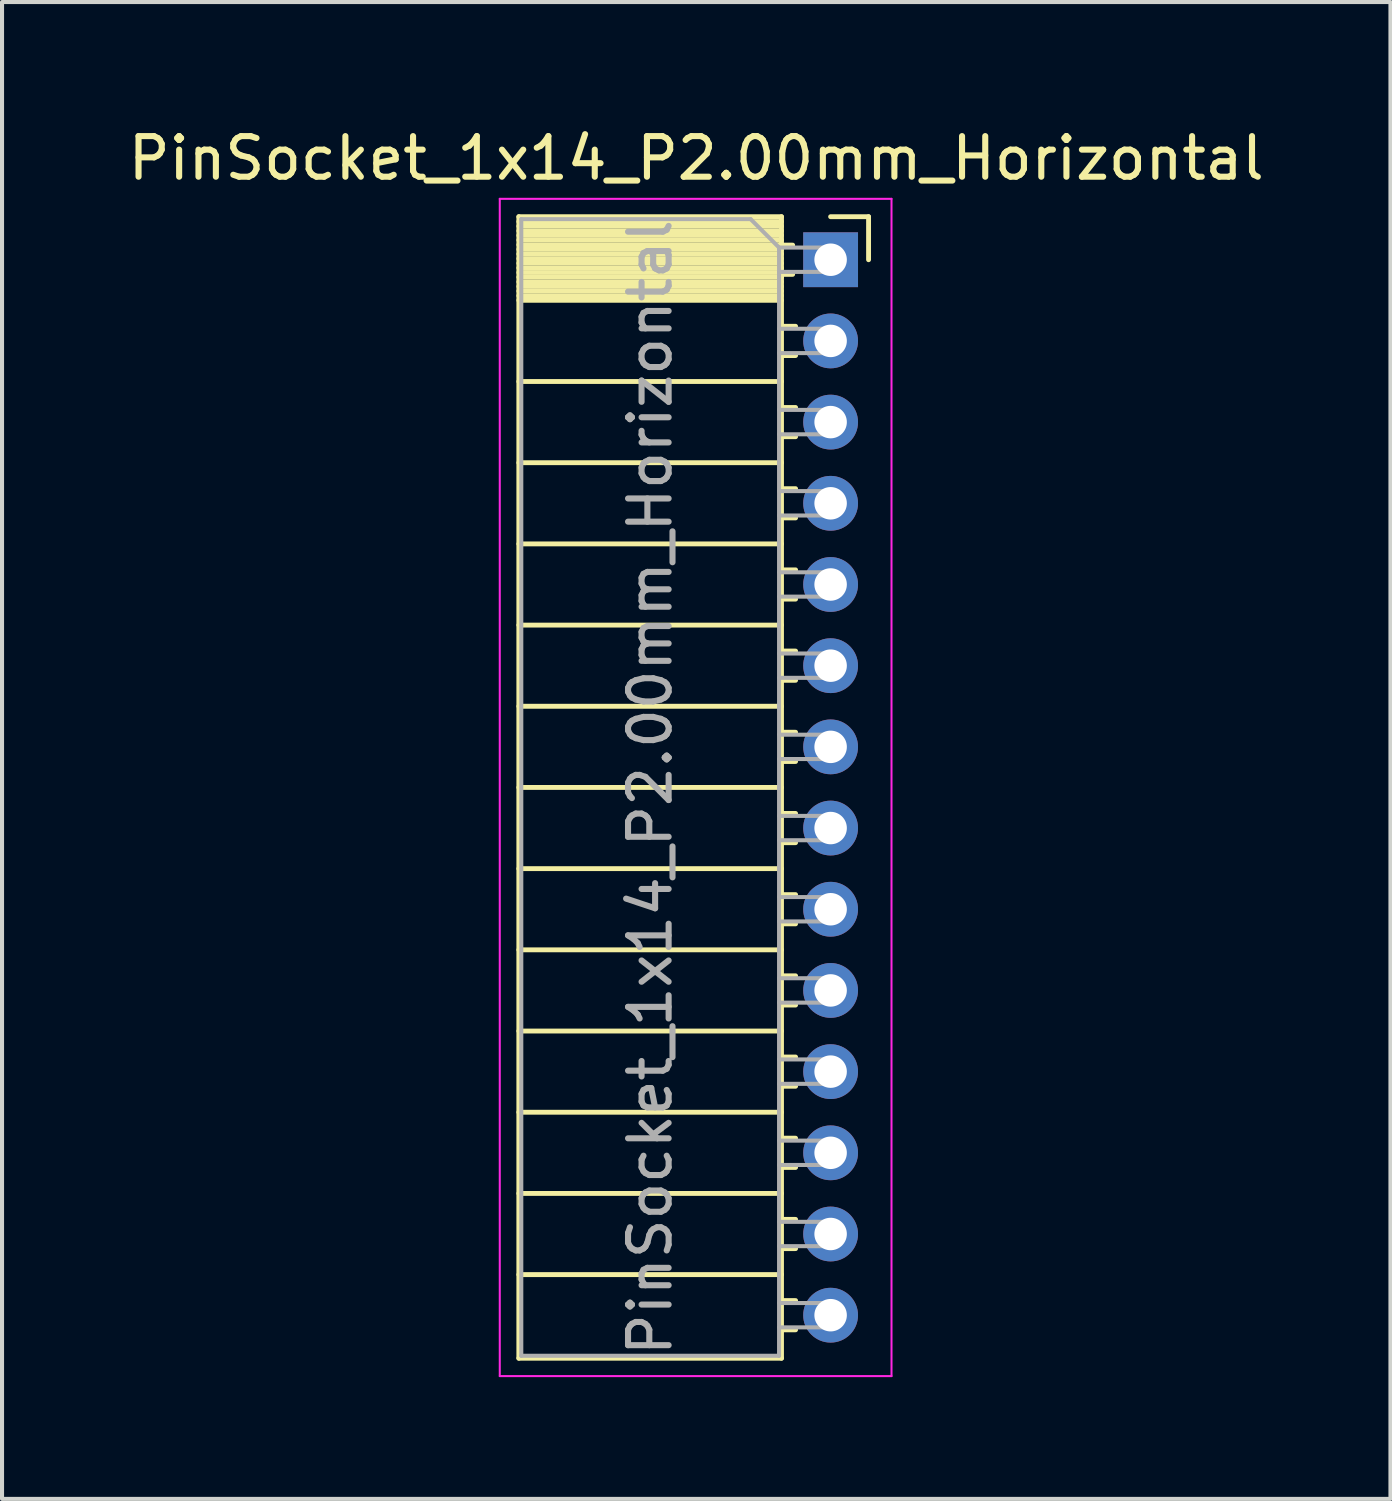
<source format=kicad_pcb>
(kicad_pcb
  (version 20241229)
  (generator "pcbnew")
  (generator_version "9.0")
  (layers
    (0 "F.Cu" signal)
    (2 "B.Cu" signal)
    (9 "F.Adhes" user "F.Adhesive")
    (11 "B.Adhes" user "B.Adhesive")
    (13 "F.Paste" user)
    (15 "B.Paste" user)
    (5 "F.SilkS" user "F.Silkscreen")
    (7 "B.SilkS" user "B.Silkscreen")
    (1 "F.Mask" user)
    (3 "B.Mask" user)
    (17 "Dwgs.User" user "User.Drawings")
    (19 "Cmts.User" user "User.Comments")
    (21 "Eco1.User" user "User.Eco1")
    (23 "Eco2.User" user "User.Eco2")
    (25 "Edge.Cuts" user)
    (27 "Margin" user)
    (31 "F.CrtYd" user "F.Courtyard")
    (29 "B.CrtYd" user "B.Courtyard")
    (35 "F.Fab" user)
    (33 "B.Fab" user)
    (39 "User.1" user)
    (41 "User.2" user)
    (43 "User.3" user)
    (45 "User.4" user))
  (footprint "PinSocket_1x14_P2.00mm_Horizontal"
    (layer "F.Cu")
    (at 17.411 3.348)
    (property "Reference" "PinSocket_1x14_P2.00mm_Horizontal" (at -3.31 -2.5 0) (layer "F.SilkS") (effects (font (size 1 1) (thickness 0.15))))
    (attr through_hole)
    (fp_line (start -7.68 -1.06) (end -7.68 27.06) (stroke (width 0.12) (type solid)) (layer "F.SilkS"))
    (fp_line (start -7.68 -1.06) (end -1.21 -1.06) (stroke (width 0.12) (type solid)) (layer "F.SilkS"))
    (fp_line (start -7.68 -0.94) (end -1.21 -0.94) (stroke (width 0.12) (type solid)) (layer "F.SilkS"))
    (fp_line (start -7.68 -0.826) (end -1.21 -0.826) (stroke (width 0.12) (type solid)) (layer "F.SilkS"))
    (fp_line (start -7.68 -0.712) (end -1.21 -0.712) (stroke (width 0.12) (type solid)) (layer "F.SilkS"))
    (fp_line (start -7.68 -0.598) (end -1.21 -0.598) (stroke (width 0.12) (type solid)) (layer "F.SilkS"))
    (fp_line (start -7.68 -0.484) (end -1.21 -0.484) (stroke (width 0.12) (type solid)) (layer "F.SilkS"))
    (fp_line (start -7.68 -0.369) (end -1.21 -0.369) (stroke (width 0.12) (type solid)) (layer "F.SilkS"))
    (fp_line (start -7.68 -0.255) (end -1.21 -0.255) (stroke (width 0.12) (type solid)) (layer "F.SilkS"))
    (fp_line (start -7.68 -0.141) (end -1.21 -0.141) (stroke (width 0.12) (type solid)) (layer "F.SilkS"))
    (fp_line (start -7.68 -0.027) (end -1.21 -0.027) (stroke (width 0.12) (type solid)) (layer "F.SilkS"))
    (fp_line (start -7.68 0.087) (end -1.21 0.087) (stroke (width 0.12) (type solid)) (layer "F.SilkS"))
    (fp_line (start -7.68 0.201) (end -1.21 0.201) (stroke (width 0.12) (type solid)) (layer "F.SilkS"))
    (fp_line (start -7.68 0.315) (end -1.21 0.315) (stroke (width 0.12) (type solid)) (layer "F.SilkS"))
    (fp_line (start -7.68 0.429) (end -1.21 0.429) (stroke (width 0.12) (type solid)) (layer "F.SilkS"))
    (fp_line (start -7.68 0.544) (end -1.21 0.544) (stroke (width 0.12) (type solid)) (layer "F.SilkS"))
    (fp_line (start -7.68 0.658) (end -1.21 0.658) (stroke (width 0.12) (type solid)) (layer "F.SilkS"))
    (fp_line (start -7.68 0.772) (end -1.21 0.772) (stroke (width 0.12) (type solid)) (layer "F.SilkS"))
    (fp_line (start -7.68 0.886) (end -1.21 0.886) (stroke (width 0.12) (type solid)) (layer "F.SilkS"))
    (fp_line (start -7.68 1) (end -1.21 1) (stroke (width 0.12) (type solid)) (layer "F.SilkS"))
    (fp_line (start -7.68 3) (end -1.21 3) (stroke (width 0.12) (type solid)) (layer "F.SilkS"))
    (fp_line (start -7.68 5) (end -1.21 5) (stroke (width 0.12) (type solid)) (layer "F.SilkS"))
    (fp_line (start -7.68 7) (end -1.21 7) (stroke (width 0.12) (type solid)) (layer "F.SilkS"))
    (fp_line (start -7.68 9) (end -1.21 9) (stroke (width 0.12) (type solid)) (layer "F.SilkS"))
    (fp_line (start -7.68 11) (end -1.21 11) (stroke (width 0.12) (type solid)) (layer "F.SilkS"))
    (fp_line (start -7.68 13) (end -1.21 13) (stroke (width 0.12) (type solid)) (layer "F.SilkS"))
    (fp_line (start -7.68 15) (end -1.21 15) (stroke (width 0.12) (type solid)) (layer "F.SilkS"))
    (fp_line (start -7.68 17) (end -1.21 17) (stroke (width 0.12) (type solid)) (layer "F.SilkS"))
    (fp_line (start -7.68 19) (end -1.21 19) (stroke (width 0.12) (type solid)) (layer "F.SilkS"))
    (fp_line (start -7.68 21) (end -1.21 21) (stroke (width 0.12) (type solid)) (layer "F.SilkS"))
    (fp_line (start -7.68 23) (end -1.21 23) (stroke (width 0.12) (type solid)) (layer "F.SilkS"))
    (fp_line (start -7.68 25) (end -1.21 25) (stroke (width 0.12) (type solid)) (layer "F.SilkS"))
    (fp_line (start -7.68 27.06) (end -1.21 27.06) (stroke (width 0.12) (type solid)) (layer "F.SilkS"))
    (fp_line (start -1.21 -1.06) (end -1.21 27.06) (stroke (width 0.12) (type solid)) (layer "F.SilkS"))
    (fp_line (start -1.21 -0.36) (end -0.935 -0.36) (stroke (width 0.12) (type solid)) (layer "F.SilkS"))
    (fp_line (start -1.21 0.36) (end -0.935 0.36) (stroke (width 0.12) (type solid)) (layer "F.SilkS"))
    (fp_line (start -1.21 1.64) (end -0.863 1.64) (stroke (width 0.12) (type solid)) (layer "F.SilkS"))
    (fp_line (start -1.21 2.36) (end -0.863 2.36) (stroke (width 0.12) (type solid)) (layer "F.SilkS"))
    (fp_line (start -1.21 3.64) (end -0.863 3.64) (stroke (width 0.12) (type solid)) (layer "F.SilkS"))
    (fp_line (start -1.21 4.36) (end -0.863 4.36) (stroke (width 0.12) (type solid)) (layer "F.SilkS"))
    (fp_line (start -1.21 5.64) (end -0.863 5.64) (stroke (width 0.12) (type solid)) (layer "F.SilkS"))
    (fp_line (start -1.21 6.36) (end -0.863 6.36) (stroke (width 0.12) (type solid)) (layer "F.SilkS"))
    (fp_line (start -1.21 7.64) (end -0.863 7.64) (stroke (width 0.12) (type solid)) (layer "F.SilkS"))
    (fp_line (start -1.21 8.36) (end -0.863 8.36) (stroke (width 0.12) (type solid)) (layer "F.SilkS"))
    (fp_line (start -1.21 9.64) (end -0.863 9.64) (stroke (width 0.12) (type solid)) (layer "F.SilkS"))
    (fp_line (start -1.21 10.36) (end -0.863 10.36) (stroke (width 0.12) (type solid)) (layer "F.SilkS"))
    (fp_line (start -1.21 11.64) (end -0.863 11.64) (stroke (width 0.12) (type solid)) (layer "F.SilkS"))
    (fp_line (start -1.21 12.36) (end -0.863 12.36) (stroke (width 0.12) (type solid)) (layer "F.SilkS"))
    (fp_line (start -1.21 13.64) (end -0.863 13.64) (stroke (width 0.12) (type solid)) (layer "F.SilkS"))
    (fp_line (start -1.21 14.36) (end -0.863 14.36) (stroke (width 0.12) (type solid)) (layer "F.SilkS"))
    (fp_line (start -1.21 15.64) (end -0.863 15.64) (stroke (width 0.12) (type solid)) (layer "F.SilkS"))
    (fp_line (start -1.21 16.36) (end -0.863 16.36) (stroke (width 0.12) (type solid)) (layer "F.SilkS"))
    (fp_line (start -1.21 17.64) (end -0.863 17.64) (stroke (width 0.12) (type solid)) (layer "F.SilkS"))
    (fp_line (start -1.21 18.36) (end -0.863 18.36) (stroke (width 0.12) (type solid)) (layer "F.SilkS"))
    (fp_line (start -1.21 19.64) (end -0.863 19.64) (stroke (width 0.12) (type solid)) (layer "F.SilkS"))
    (fp_line (start -1.21 20.36) (end -0.863 20.36) (stroke (width 0.12) (type solid)) (layer "F.SilkS"))
    (fp_line (start -1.21 21.64) (end -0.863 21.64) (stroke (width 0.12) (type solid)) (layer "F.SilkS"))
    (fp_line (start -1.21 22.36) (end -0.863 22.36) (stroke (width 0.12) (type solid)) (layer "F.SilkS"))
    (fp_line (start -1.21 23.64) (end -0.863 23.64) (stroke (width 0.12) (type solid)) (layer "F.SilkS"))
    (fp_line (start -1.21 24.36) (end -0.863 24.36) (stroke (width 0.12) (type solid)) (layer "F.SilkS"))
    (fp_line (start -1.21 25.64) (end -0.863 25.64) (stroke (width 0.12) (type solid)) (layer "F.SilkS"))
    (fp_line (start -1.21 26.36) (end -0.863 26.36) (stroke (width 0.12) (type solid)) (layer "F.SilkS"))
    (fp_line (start 0 -1.06) (end 0.935 -1.06) (stroke (width 0.12) (type solid)) (layer "F.SilkS"))
    (fp_line (start 0.935 -1.06) (end 0.935 0) (stroke (width 0.12) (type solid)) (layer "F.SilkS"))
    (fp_line (start -8.15 -1.5) (end -8.15 27.5) (stroke (width 0.05) (type solid)) (layer "F.CrtYd"))
    (fp_line (start -8.15 27.5) (end 1.5 27.5) (stroke (width 0.05) (type solid)) (layer "F.CrtYd"))
    (fp_line (start 1.5 -1.5) (end -8.15 -1.5) (stroke (width 0.05) (type solid)) (layer "F.CrtYd"))
    (fp_line (start 1.5 27.5) (end 1.5 -1.5) (stroke (width 0.05) (type solid)) (layer "F.CrtYd"))
    (fp_line (start -7.62 -1) (end -1.97 -1) (stroke (width 0.1) (type solid)) (layer "F.Fab"))
    (fp_line (start -7.62 27) (end -7.62 -1) (stroke (width 0.1) (type solid)) (layer "F.Fab"))
    (fp_line (start -1.97 -1) (end -1.27 -0.3) (stroke (width 0.1) (type solid)) (layer "F.Fab"))
    (fp_line (start -1.27 -0.3) (end -1.27 27) (stroke (width 0.1) (type solid)) (layer "F.Fab"))
    (fp_line (start -1.27 0.3) (end 0 0.3) (stroke (width 0.1) (type solid)) (layer "F.Fab"))
    (fp_line (start -1.27 2.3) (end 0 2.3) (stroke (width 0.1) (type solid)) (layer "F.Fab"))
    (fp_line (start -1.27 4.3) (end 0 4.3) (stroke (width 0.1) (type solid)) (layer "F.Fab"))
    (fp_line (start -1.27 6.3) (end 0 6.3) (stroke (width 0.1) (type solid)) (layer "F.Fab"))
    (fp_line (start -1.27 8.3) (end 0 8.3) (stroke (width 0.1) (type solid)) (layer "F.Fab"))
    (fp_line (start -1.27 10.3) (end 0 10.3) (stroke (width 0.1) (type solid)) (layer "F.Fab"))
    (fp_line (start -1.27 12.3) (end 0 12.3) (stroke (width 0.1) (type solid)) (layer "F.Fab"))
    (fp_line (start -1.27 14.3) (end 0 14.3) (stroke (width 0.1) (type solid)) (layer "F.Fab"))
    (fp_line (start -1.27 16.3) (end 0 16.3) (stroke (width 0.1) (type solid)) (layer "F.Fab"))
    (fp_line (start -1.27 18.3) (end 0 18.3) (stroke (width 0.1) (type solid)) (layer "F.Fab"))
    (fp_line (start -1.27 20.3) (end 0 20.3) (stroke (width 0.1) (type solid)) (layer "F.Fab"))
    (fp_line (start -1.27 22.3) (end 0 22.3) (stroke (width 0.1) (type solid)) (layer "F.Fab"))
    (fp_line (start -1.27 24.3) (end 0 24.3) (stroke (width 0.1) (type solid)) (layer "F.Fab"))
    (fp_line (start -1.27 26.3) (end 0 26.3) (stroke (width 0.1) (type solid)) (layer "F.Fab"))
    (fp_line (start -1.27 27) (end -7.62 27) (stroke (width 0.1) (type solid)) (layer "F.Fab"))
    (fp_line (start 0 -0.3) (end -1.27 -0.3) (stroke (width 0.1) (type solid)) (layer "F.Fab"))
    (fp_line (start 0 0.3) (end 0 -0.3) (stroke (width 0.1) (type solid)) (layer "F.Fab"))
    (fp_line (start 0 1.7) (end -1.27 1.7) (stroke (width 0.1) (type solid)) (layer "F.Fab"))
    (fp_line (start 0 2.3) (end 0 1.7) (stroke (width 0.1) (type solid)) (layer "F.Fab"))
    (fp_line (start 0 3.7) (end -1.27 3.7) (stroke (width 0.1) (type solid)) (layer "F.Fab"))
    (fp_line (start 0 4.3) (end 0 3.7) (stroke (width 0.1) (type solid)) (layer "F.Fab"))
    (fp_line (start 0 5.7) (end -1.27 5.7) (stroke (width 0.1) (type solid)) (layer "F.Fab"))
    (fp_line (start 0 6.3) (end 0 5.7) (stroke (width 0.1) (type solid)) (layer "F.Fab"))
    (fp_line (start 0 7.7) (end -1.27 7.7) (stroke (width 0.1) (type solid)) (layer "F.Fab"))
    (fp_line (start 0 8.3) (end 0 7.7) (stroke (width 0.1) (type solid)) (layer "F.Fab"))
    (fp_line (start 0 9.7) (end -1.27 9.7) (stroke (width 0.1) (type solid)) (layer "F.Fab"))
    (fp_line (start 0 10.3) (end 0 9.7) (stroke (width 0.1) (type solid)) (layer "F.Fab"))
    (fp_line (start 0 11.7) (end -1.27 11.7) (stroke (width 0.1) (type solid)) (layer "F.Fab"))
    (fp_line (start 0 12.3) (end 0 11.7) (stroke (width 0.1) (type solid)) (layer "F.Fab"))
    (fp_line (start 0 13.7) (end -1.27 13.7) (stroke (width 0.1) (type solid)) (layer "F.Fab"))
    (fp_line (start 0 14.3) (end 0 13.7) (stroke (width 0.1) (type solid)) (layer "F.Fab"))
    (fp_line (start 0 15.7) (end -1.27 15.7) (stroke (width 0.1) (type solid)) (layer "F.Fab"))
    (fp_line (start 0 16.3) (end 0 15.7) (stroke (width 0.1) (type solid)) (layer "F.Fab"))
    (fp_line (start 0 17.7) (end -1.27 17.7) (stroke (width 0.1) (type solid)) (layer "F.Fab"))
    (fp_line (start 0 18.3) (end 0 17.7) (stroke (width 0.1) (type solid)) (layer "F.Fab"))
    (fp_line (start 0 19.7) (end -1.27 19.7) (stroke (width 0.1) (type solid)) (layer "F.Fab"))
    (fp_line (start 0 20.3) (end 0 19.7) (stroke (width 0.1) (type solid)) (layer "F.Fab"))
    (fp_line (start 0 21.7) (end -1.27 21.7) (stroke (width 0.1) (type solid)) (layer "F.Fab"))
    (fp_line (start 0 22.3) (end 0 21.7) (stroke (width 0.1) (type solid)) (layer "F.Fab"))
    (fp_line (start 0 23.7) (end -1.27 23.7) (stroke (width 0.1) (type solid)) (layer "F.Fab"))
    (fp_line (start 0 24.3) (end 0 23.7) (stroke (width 0.1) (type solid)) (layer "F.Fab"))
    (fp_line (start 0 25.7) (end -1.27 25.7) (stroke (width 0.1) (type solid)) (layer "F.Fab"))
    (fp_line (start 0 26.3) (end 0 25.7) (stroke (width 0.1) (type solid)) (layer "F.Fab"))
    (fp_text user "${REFERENCE}" (at -4.445 13 90) (layer "F.Fab") (effects (font (size 1 1) (thickness 0.15))))
    (pad "1" thru_hole rect (at 0 0) (size 1.35 1.35) (drill 0.8) (layers "*.Cu" "*.Mask"))
    (pad "2" thru_hole circle (at 0 2) (size 1.35 1.35) (drill 0.8) (layers "*.Cu" "*.Mask"))
    (pad "3" thru_hole circle (at 0 4) (size 1.35 1.35) (drill 0.8) (layers "*.Cu" "*.Mask"))
    (pad "4" thru_hole circle (at 0 6) (size 1.35 1.35) (drill 0.8) (layers "*.Cu" "*.Mask"))
    (pad "5" thru_hole circle (at 0 8) (size 1.35 1.35) (drill 0.8) (layers "*.Cu" "*.Mask"))
    (pad "6" thru_hole circle (at 0 10) (size 1.35 1.35) (drill 0.8) (layers "*.Cu" "*.Mask"))
    (pad "7" thru_hole circle (at 0 12) (size 1.35 1.35) (drill 0.8) (layers "*.Cu" "*.Mask"))
    (pad "8" thru_hole circle (at 0 14) (size 1.35 1.35) (drill 0.8) (layers "*.Cu" "*.Mask"))
    (pad "9" thru_hole circle (at 0 16) (size 1.35 1.35) (drill 0.8) (layers "*.Cu" "*.Mask"))
    (pad "10" thru_hole circle (at 0 18) (size 1.35 1.35) (drill 0.8) (layers "*.Cu" "*.Mask"))
    (pad "11" thru_hole circle (at 0 20) (size 1.35 1.35) (drill 0.8) (layers "*.Cu" "*.Mask"))
    (pad "12" thru_hole circle (at 0 22) (size 1.35 1.35) (drill 0.8) (layers "*.Cu" "*.Mask"))
    (pad "13" thru_hole circle (at 0 24) (size 1.35 1.35) (drill 0.8) (layers "*.Cu" "*.Mask"))
    (pad "14" thru_hole circle (at 0 26) (size 1.35 1.35) (drill 0.8) (layers "*.Cu" "*.Mask")))
  (gr_rect
    (start -3 -3)
    (end 31.202 33.873)
    (stroke (width 0.1) (type default))
    (fill no)
    (layer "Edge.Cuts")))
</source>
